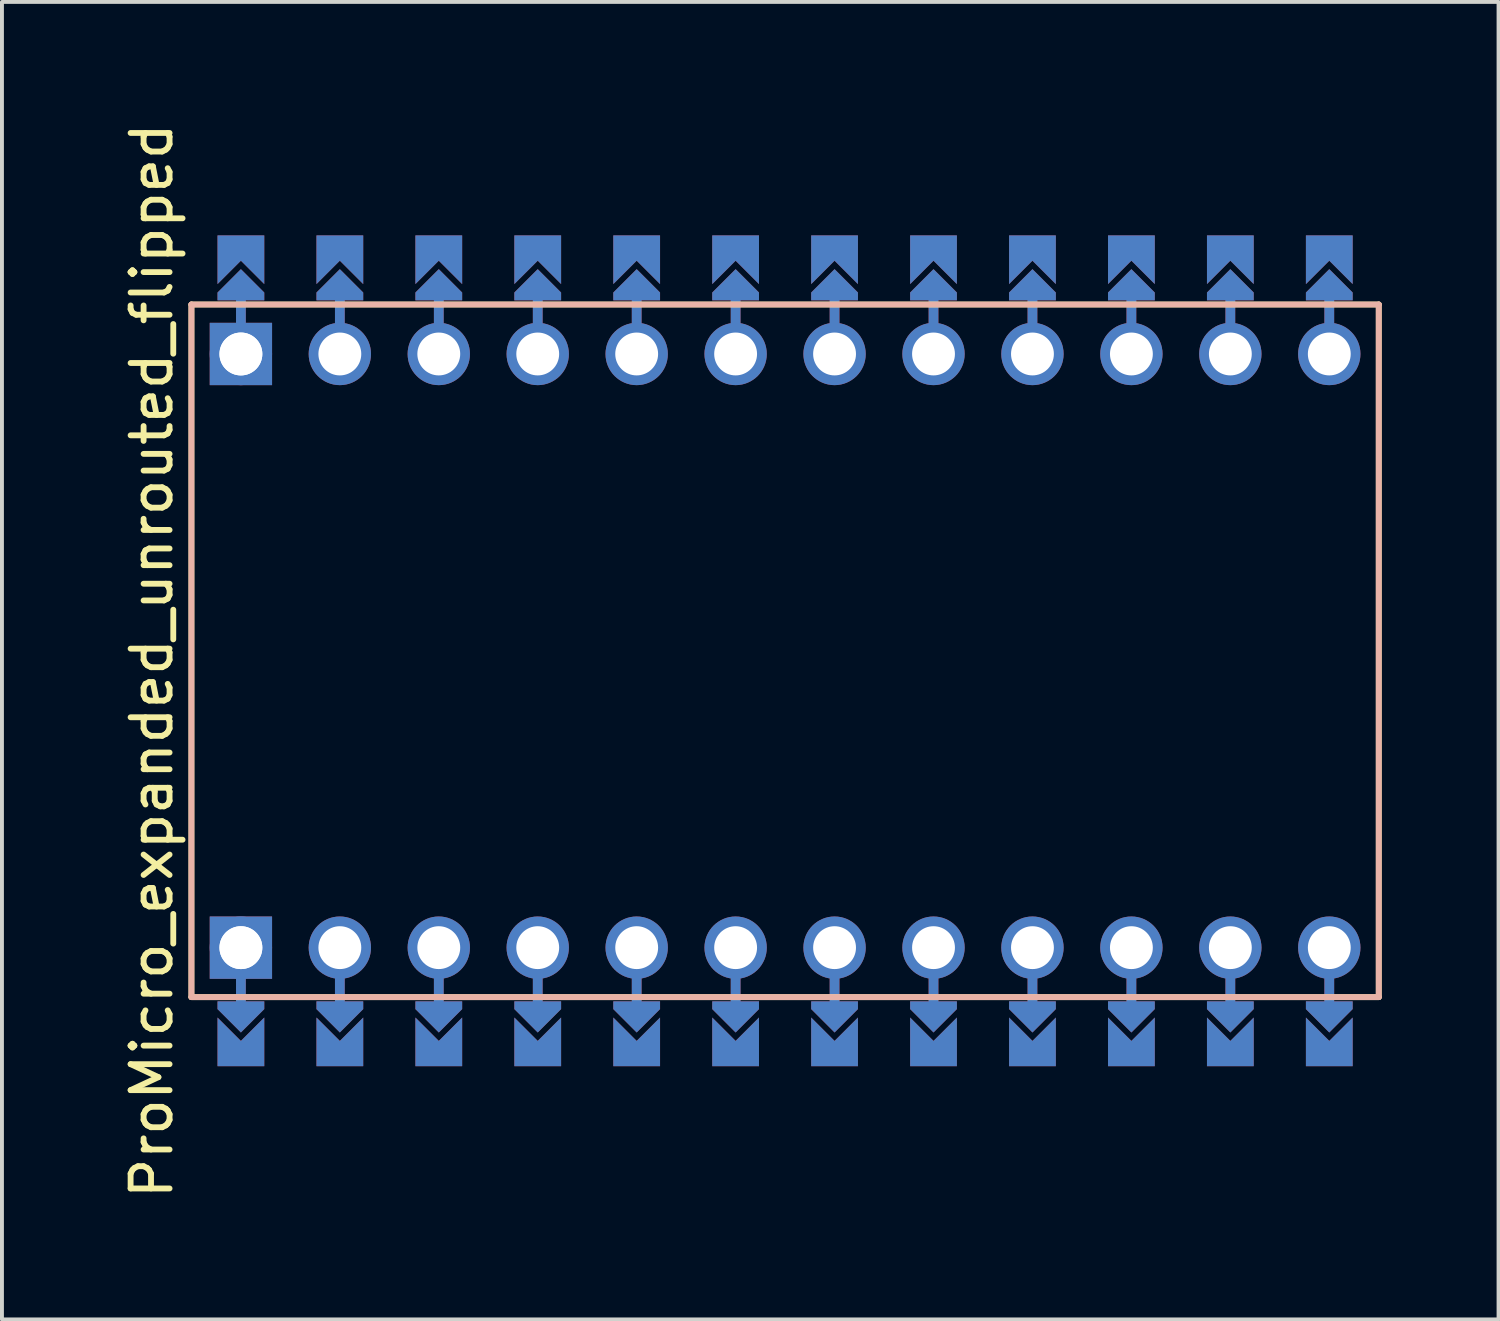
<source format=kicad_pcb>
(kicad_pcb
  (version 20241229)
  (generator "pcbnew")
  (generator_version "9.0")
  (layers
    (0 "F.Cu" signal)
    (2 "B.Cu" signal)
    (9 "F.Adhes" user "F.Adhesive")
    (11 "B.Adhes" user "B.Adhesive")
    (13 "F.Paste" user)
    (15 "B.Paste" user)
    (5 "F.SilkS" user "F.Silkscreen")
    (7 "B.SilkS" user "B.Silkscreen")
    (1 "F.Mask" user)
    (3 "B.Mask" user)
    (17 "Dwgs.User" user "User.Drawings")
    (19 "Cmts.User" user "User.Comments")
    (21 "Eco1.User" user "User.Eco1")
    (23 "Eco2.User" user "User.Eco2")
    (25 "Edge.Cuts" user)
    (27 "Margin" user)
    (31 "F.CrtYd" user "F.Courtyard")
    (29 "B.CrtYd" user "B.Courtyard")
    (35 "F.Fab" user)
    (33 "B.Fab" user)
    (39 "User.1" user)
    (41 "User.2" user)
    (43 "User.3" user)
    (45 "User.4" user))
  (footprint "ProMicro_expanded_unrouted_flipped"
    (layer "F.Cu")
    (at 17.104 13.657)
    (property "Reference" "ProMicro_expanded_unrouted_flipped" (at -16.256 0.254 90) (layer "F.SilkS") (effects (font (size 1 1) (thickness 0.15))))
    (attr through_hole)
    (fp_poly (pts (xy -14.478 10.16) (xy -13.462 10.16) (xy -13.462 9.144) (xy -14.478 9.144)) (stroke (width 0.1) (type solid)) (fill yes) (layer "F.Mask"))
    (fp_poly (pts (xy -13.462 -10.16) (xy -14.478 -10.16) (xy -14.478 -9.144) (xy -13.462 -9.144)) (stroke (width 0.1) (type solid)) (fill yes) (layer "F.Mask"))
    (fp_poly (pts (xy -11.938 10.16) (xy -10.922 10.16) (xy -10.922 9.144) (xy -11.938 9.144)) (stroke (width 0.1) (type solid)) (fill yes) (layer "F.Mask"))
    (fp_poly (pts (xy -10.922 -10.16) (xy -11.938 -10.16) (xy -11.938 -9.144) (xy -10.922 -9.144)) (stroke (width 0.1) (type solid)) (fill yes) (layer "F.Mask"))
    (fp_poly (pts (xy -9.398 10.16) (xy -8.382 10.16) (xy -8.382 9.144) (xy -9.398 9.144)) (stroke (width 0.1) (type solid)) (fill yes) (layer "F.Mask"))
    (fp_poly (pts (xy -8.382 -10.16) (xy -9.398 -10.16) (xy -9.398 -9.144) (xy -8.382 -9.144)) (stroke (width 0.1) (type solid)) (fill yes) (layer "F.Mask"))
    (fp_poly (pts (xy -6.858 10.16) (xy -5.842 10.16) (xy -5.842 9.144) (xy -6.858 9.144)) (stroke (width 0.1) (type solid)) (fill yes) (layer "F.Mask"))
    (fp_poly (pts (xy -5.842 -10.16) (xy -6.858 -10.16) (xy -6.858 -9.144) (xy -5.842 -9.144)) (stroke (width 0.1) (type solid)) (fill yes) (layer "F.Mask"))
    (fp_poly (pts (xy -4.318 10.16) (xy -3.302 10.16) (xy -3.302 9.144) (xy -4.318 9.144)) (stroke (width 0.1) (type solid)) (fill yes) (layer "F.Mask"))
    (fp_poly (pts (xy -3.302 -10.16) (xy -4.318 -10.16) (xy -4.318 -9.144) (xy -3.302 -9.144)) (stroke (width 0.1) (type solid)) (fill yes) (layer "F.Mask"))
    (fp_poly (pts (xy -1.778 10.16) (xy -0.762 10.16) (xy -0.762 9.144) (xy -1.778 9.144)) (stroke (width 0.1) (type solid)) (fill yes) (layer "F.Mask"))
    (fp_poly (pts (xy -0.762 -10.16) (xy -1.778 -10.16) (xy -1.778 -9.144) (xy -0.762 -9.144)) (stroke (width 0.1) (type solid)) (fill yes) (layer "F.Mask"))
    (fp_poly (pts (xy 0.762 10.16) (xy 1.778 10.16) (xy 1.778 9.144) (xy 0.762 9.144)) (stroke (width 0.1) (type solid)) (fill yes) (layer "F.Mask"))
    (fp_poly (pts (xy 1.778 -10.16) (xy 0.762 -10.16) (xy 0.762 -9.144) (xy 1.778 -9.144)) (stroke (width 0.1) (type solid)) (fill yes) (layer "F.Mask"))
    (fp_poly (pts (xy 3.302 10.16) (xy 4.318 10.16) (xy 4.318 9.144) (xy 3.302 9.144)) (stroke (width 0.1) (type solid)) (fill yes) (layer "F.Mask"))
    (fp_poly (pts (xy 4.318 -10.16) (xy 3.302 -10.16) (xy 3.302 -9.144) (xy 4.318 -9.144)) (stroke (width 0.1) (type solid)) (fill yes) (layer "F.Mask"))
    (fp_poly (pts (xy 5.842 10.16) (xy 6.858 10.16) (xy 6.858 9.144) (xy 5.842 9.144)) (stroke (width 0.1) (type solid)) (fill yes) (layer "F.Mask"))
    (fp_poly (pts (xy 6.858 -10.16) (xy 5.842 -10.16) (xy 5.842 -9.144) (xy 6.858 -9.144)) (stroke (width 0.1) (type solid)) (fill yes) (layer "F.Mask"))
    (fp_poly (pts (xy 8.382 10.16) (xy 9.398 10.16) (xy 9.398 9.144) (xy 8.382 9.144)) (stroke (width 0.1) (type solid)) (fill yes) (layer "F.Mask"))
    (fp_poly (pts (xy 9.398 -10.16) (xy 8.382 -10.16) (xy 8.382 -9.144) (xy 9.398 -9.144)) (stroke (width 0.1) (type solid)) (fill yes) (layer "F.Mask"))
    (fp_poly (pts (xy 10.922 10.16) (xy 11.938 10.16) (xy 11.938 9.144) (xy 10.922 9.144)) (stroke (width 0.1) (type solid)) (fill yes) (layer "F.Mask"))
    (fp_poly (pts (xy 11.938 -10.16) (xy 10.922 -10.16) (xy 10.922 -9.144) (xy 11.938 -9.144)) (stroke (width 0.1) (type solid)) (fill yes) (layer "F.Mask"))
    (fp_poly (pts (xy 13.462 10.16) (xy 14.478 10.16) (xy 14.478 9.144) (xy 13.462 9.144)) (stroke (width 0.1) (type solid)) (fill yes) (layer "F.Mask"))
    (fp_poly (pts (xy 14.478 -10.16) (xy 13.462 -10.16) (xy 13.462 -9.144) (xy 14.478 -9.144)) (stroke (width 0.1) (type solid)) (fill yes) (layer "F.Mask"))
    (fp_poly (pts (xy -14.478 10.16) (xy -13.462 10.16) (xy -13.462 9.144) (xy -14.478 9.144)) (stroke (width 0.1) (type solid)) (fill yes) (layer "B.Mask"))
    (fp_poly (pts (xy -13.462 -10.16) (xy -14.478 -10.16) (xy -14.478 -9.144) (xy -13.462 -9.144)) (stroke (width 0.1) (type solid)) (fill yes) (layer "B.Mask"))
    (fp_poly (pts (xy -11.938 10.16) (xy -10.922 10.16) (xy -10.922 9.144) (xy -11.938 9.144)) (stroke (width 0.1) (type solid)) (fill yes) (layer "B.Mask"))
    (fp_poly (pts (xy -10.922 -10.16) (xy -11.938 -10.16) (xy -11.938 -9.144) (xy -10.922 -9.144)) (stroke (width 0.1) (type solid)) (fill yes) (layer "B.Mask"))
    (fp_poly (pts (xy -9.398 10.16) (xy -8.382 10.16) (xy -8.382 9.144) (xy -9.398 9.144)) (stroke (width 0.1) (type solid)) (fill yes) (layer "B.Mask"))
    (fp_poly (pts (xy -8.382 -10.16) (xy -9.398 -10.16) (xy -9.398 -9.144) (xy -8.382 -9.144)) (stroke (width 0.1) (type solid)) (fill yes) (layer "B.Mask"))
    (fp_poly (pts (xy -6.858 10.16) (xy -5.842 10.16) (xy -5.842 9.144) (xy -6.858 9.144)) (stroke (width 0.1) (type solid)) (fill yes) (layer "B.Mask"))
    (fp_poly (pts (xy -5.842 -10.16) (xy -6.858 -10.16) (xy -6.858 -9.144) (xy -5.842 -9.144)) (stroke (width 0.1) (type solid)) (fill yes) (layer "B.Mask"))
    (fp_poly (pts (xy -4.318 10.16) (xy -3.302 10.16) (xy -3.302 9.144) (xy -4.318 9.144)) (stroke (width 0.1) (type solid)) (fill yes) (layer "B.Mask"))
    (fp_poly (pts (xy -3.302 -10.16) (xy -4.318 -10.16) (xy -4.318 -9.144) (xy -3.302 -9.144)) (stroke (width 0.1) (type solid)) (fill yes) (layer "B.Mask"))
    (fp_poly (pts (xy -1.778 10.16) (xy -0.762 10.16) (xy -0.762 9.144) (xy -1.778 9.144)) (stroke (width 0.1) (type solid)) (fill yes) (layer "B.Mask"))
    (fp_poly (pts (xy -0.762 -10.16) (xy -1.778 -10.16) (xy -1.778 -9.144) (xy -0.762 -9.144)) (stroke (width 0.1) (type solid)) (fill yes) (layer "B.Mask"))
    (fp_poly (pts (xy 0.762 10.16) (xy 1.778 10.16) (xy 1.778 9.144) (xy 0.762 9.144)) (stroke (width 0.1) (type solid)) (fill yes) (layer "B.Mask"))
    (fp_poly (pts (xy 1.778 -10.16) (xy 0.762 -10.16) (xy 0.762 -9.144) (xy 1.778 -9.144)) (stroke (width 0.1) (type solid)) (fill yes) (layer "B.Mask"))
    (fp_poly (pts (xy 3.302 10.16) (xy 4.318 10.16) (xy 4.318 9.144) (xy 3.302 9.144)) (stroke (width 0.1) (type solid)) (fill yes) (layer "B.Mask"))
    (fp_poly (pts (xy 4.318 -10.16) (xy 3.302 -10.16) (xy 3.302 -9.144) (xy 4.318 -9.144)) (stroke (width 0.1) (type solid)) (fill yes) (layer "B.Mask"))
    (fp_poly (pts (xy 5.842 10.16) (xy 6.858 10.16) (xy 6.858 9.144) (xy 5.842 9.144)) (stroke (width 0.1) (type solid)) (fill yes) (layer "B.Mask"))
    (fp_poly (pts (xy 6.858 -10.16) (xy 5.842 -10.16) (xy 5.842 -9.144) (xy 6.858 -9.144)) (stroke (width 0.1) (type solid)) (fill yes) (layer "B.Mask"))
    (fp_poly (pts (xy 8.382 10.16) (xy 9.398 10.16) (xy 9.398 9.144) (xy 8.382 9.144)) (stroke (width 0.1) (type solid)) (fill yes) (layer "B.Mask"))
    (fp_poly (pts (xy 9.398 -10.16) (xy 8.382 -10.16) (xy 8.382 -9.144) (xy 9.398 -9.144)) (stroke (width 0.1) (type solid)) (fill yes) (layer "B.Mask"))
    (fp_poly (pts (xy 10.922 10.16) (xy 11.938 10.16) (xy 11.938 9.144) (xy 10.922 9.144)) (stroke (width 0.1) (type solid)) (fill yes) (layer "B.Mask"))
    (fp_poly (pts (xy 11.938 -10.16) (xy 10.922 -10.16) (xy 10.922 -9.144) (xy 11.938 -9.144)) (stroke (width 0.1) (type solid)) (fill yes) (layer "B.Mask"))
    (fp_poly (pts (xy 13.462 10.16) (xy 14.478 10.16) (xy 14.478 9.144) (xy 13.462 9.144)) (stroke (width 0.1) (type solid)) (fill yes) (layer "B.Mask"))
    (fp_poly (pts (xy 14.478 -10.16) (xy 13.462 -10.16) (xy 13.462 -9.144) (xy 14.478 -9.144)) (stroke (width 0.1) (type solid)) (fill yes) (layer "B.Mask"))
    (fp_line (start -15.24 -8.89) (end -15.24 8.89) (stroke (width 0.15) (type solid)) (layer "F.SilkS"))
    (fp_line (start -15.24 -8.89) (end 15.24 -8.89) (stroke (width 0.15) (type solid)) (layer "F.SilkS"))
    (fp_line (start -15.24 8.89) (end 15.24 8.89) (stroke (width 0.15) (type solid)) (layer "F.SilkS"))
    (fp_line (start 15.24 8.89) (end 15.24 -8.89) (stroke (width 0.15) (type solid)) (layer "F.SilkS"))
    (fp_line (start -15.24 -8.89) (end -15.24 8.89) (stroke (width 0.15) (type solid)) (layer "B.SilkS"))
    (fp_line (start -15.24 -8.89) (end 15.24 -8.89) (stroke (width 0.15) (type solid)) (layer "B.SilkS"))
    (fp_line (start -15.24 8.89) (end 15.24 8.89) (stroke (width 0.15) (type solid)) (layer "B.SilkS"))
    (fp_line (start 15.24 8.89) (end 15.24 -8.89) (stroke (width 0.15) (type solid)) (layer "B.SilkS"))
    (pad "" smd custom (at -13.97 -9.398) (size 0.1 0.1) (layers "F.Cu" "F.Mask") (options (anchor rect)) (primitives (gr_poly (pts (xy 0.6 0.4) (xy -0.6 0.4) (xy -0.6 0.2) (xy 0 -0.4) (xy 0.6 0.2)) (width 0) (fill yes))))
    (pad "" smd custom (at -13.97 -9.398) (size 0.1 0.1) (layers "B.Cu" "B.Mask") (options (anchor rect)) (primitives (gr_poly (pts (xy 0.6 0.4) (xy -0.6 0.4) (xy -0.6 0.2) (xy 0 -0.4) (xy 0.6 0.2)) (width 0) (fill yes))))
    (pad "" smd custom (at -13.97 -8.89) (size 0.25 1) (layers "F.Cu") (options (anchor rect)) (primitives))
    (pad "" smd custom (at -13.97 -8.89) (size 0.25 1) (layers "B.Cu") (options (anchor rect)) (primitives))
    (pad "" thru_hole circle (at -13.97 -7.62) (size 1.6 1.6) (drill 1.1) (layers "*.Cu" "*.Mask"))
    (pad "" thru_hole rect (at -13.97 -7.62) (size 1.6 1.6) (drill 1.1) (layers "F.Cu" "F.Mask"))
    (pad "" thru_hole circle (at -13.97 7.62) (size 1.6 1.6) (drill 1.1) (layers "*.Cu" "*.Mask"))
    (pad "" thru_hole rect (at -13.97 7.62) (size 1.6 1.6) (drill 1.1) (layers "B.Cu" "B.Mask"))
    (pad "" smd custom (at -13.97 8.89 180) (size 0.25 1) (layers "F.Cu") (options (anchor rect)) (primitives))
    (pad "" smd custom (at -13.97 8.89 180) (size 0.25 1) (layers "B.Cu") (options (anchor rect)) (primitives))
    (pad "" smd custom (at -13.97 9.398 180) (size 0.1 0.1) (layers "F.Cu" "F.Mask") (options (anchor rect)) (primitives (gr_poly (pts (xy 0.6 0.4) (xy -0.6 0.4) (xy -0.6 0.2) (xy 0 -0.4) (xy 0.6 0.2)) (width 0) (fill yes))))
    (pad "" smd custom (at -13.97 9.398 180) (size 0.1 0.1) (layers "B.Cu" "B.Mask") (options (anchor rect)) (primitives (gr_poly (pts (xy 0.6 0.4) (xy -0.6 0.4) (xy -0.6 0.2) (xy 0 -0.4) (xy 0.6 0.2)) (width 0) (fill yes))))
    (pad "" smd custom (at -11.43 -9.398) (size 0.1 0.1) (layers "F.Cu" "F.Mask") (options (anchor rect)) (primitives (gr_poly (pts (xy 0.6 0.4) (xy -0.6 0.4) (xy -0.6 0.2) (xy 0 -0.4) (xy 0.6 0.2)) (width 0) (fill yes))))
    (pad "" smd custom (at -11.43 -9.398) (size 0.1 0.1) (layers "B.Cu" "B.Mask") (options (anchor rect)) (primitives (gr_poly (pts (xy 0.6 0.4) (xy -0.6 0.4) (xy -0.6 0.2) (xy 0 -0.4) (xy 0.6 0.2)) (width 0) (fill yes))))
    (pad "" smd custom (at -11.43 -8.89) (size 0.25 1) (layers "F.Cu") (options (anchor rect)) (primitives))
    (pad "" smd custom (at -11.43 -8.89) (size 0.25 1) (layers "B.Cu") (options (anchor rect)) (primitives))
    (pad "" thru_hole circle (at -11.43 -7.62) (size 1.6 1.6) (drill 1.1) (layers "*.Cu" "*.Mask"))
    (pad "" thru_hole circle (at -11.43 7.62) (size 1.6 1.6) (drill 1.1) (layers "*.Cu" "*.Mask"))
    (pad "" smd custom (at -11.43 8.89 180) (size 0.25 1) (layers "F.Cu") (options (anchor rect)) (primitives))
    (pad "" smd custom (at -11.43 8.89 180) (size 0.25 1) (layers "B.Cu") (options (anchor rect)) (primitives))
    (pad "" smd custom (at -11.43 9.398 180) (size 0.1 0.1) (layers "F.Cu" "F.Mask") (options (anchor rect)) (primitives (gr_poly (pts (xy 0.6 0.4) (xy -0.6 0.4) (xy -0.6 0.2) (xy 0 -0.4) (xy 0.6 0.2)) (width 0) (fill yes))))
    (pad "" smd custom (at -11.43 9.398 180) (size 0.1 0.1) (layers "B.Cu" "B.Mask") (options (anchor rect)) (primitives (gr_poly (pts (xy 0.6 0.4) (xy -0.6 0.4) (xy -0.6 0.2) (xy 0 -0.4) (xy 0.6 0.2)) (width 0) (fill yes))))
    (pad "" smd custom (at -8.89 -9.398) (size 0.1 0.1) (layers "F.Cu" "F.Mask") (options (anchor rect)) (primitives (gr_poly (pts (xy 0.6 0.4) (xy -0.6 0.4) (xy -0.6 0.2) (xy 0 -0.4) (xy 0.6 0.2)) (width 0) (fill yes))))
    (pad "" smd custom (at -8.89 -9.398) (size 0.1 0.1) (layers "B.Cu" "B.Mask") (options (anchor rect)) (primitives (gr_poly (pts (xy 0.6 0.4) (xy -0.6 0.4) (xy -0.6 0.2) (xy 0 -0.4) (xy 0.6 0.2)) (width 0) (fill yes))))
    (pad "" smd custom (at -8.89 -8.89) (size 0.25 1) (layers "F.Cu") (options (anchor rect)) (primitives))
    (pad "" smd custom (at -8.89 -8.89) (size 0.25 1) (layers "B.Cu") (options (anchor rect)) (primitives))
    (pad "" thru_hole circle (at -8.89 -7.62) (size 1.6 1.6) (drill 1.1) (layers "*.Cu" "*.Mask"))
    (pad "" thru_hole circle (at -8.89 7.62) (size 1.6 1.6) (drill 1.1) (layers "*.Cu" "*.Mask"))
    (pad "" smd custom (at -8.89 8.89 180) (size 0.25 1) (layers "F.Cu") (options (anchor rect)) (primitives))
    (pad "" smd custom (at -8.89 8.89 180) (size 0.25 1) (layers "B.Cu") (options (anchor rect)) (primitives))
    (pad "" smd custom (at -8.89 9.398 180) (size 0.1 0.1) (layers "F.Cu" "F.Mask") (options (anchor rect)) (primitives (gr_poly (pts (xy 0.6 0.4) (xy -0.6 0.4) (xy -0.6 0.2) (xy 0 -0.4) (xy 0.6 0.2)) (width 0) (fill yes))))
    (pad "" smd custom (at -8.89 9.398 180) (size 0.1 0.1) (layers "B.Cu" "B.Mask") (options (anchor rect)) (primitives (gr_poly (pts (xy 0.6 0.4) (xy -0.6 0.4) (xy -0.6 0.2) (xy 0 -0.4) (xy 0.6 0.2)) (width 0) (fill yes))))
    (pad "" smd custom (at -6.35 -9.398) (size 0.1 0.1) (layers "F.Cu" "F.Mask") (options (anchor rect)) (primitives (gr_poly (pts (xy 0.6 0.4) (xy -0.6 0.4) (xy -0.6 0.2) (xy 0 -0.4) (xy 0.6 0.2)) (width 0) (fill yes))))
    (pad "" smd custom (at -6.35 -9.398) (size 0.1 0.1) (layers "B.Cu" "B.Mask") (options (anchor rect)) (primitives (gr_poly (pts (xy 0.6 0.4) (xy -0.6 0.4) (xy -0.6 0.2) (xy 0 -0.4) (xy 0.6 0.2)) (width 0) (fill yes))))
    (pad "" smd custom (at -6.35 -8.89) (size 0.25 1) (layers "F.Cu") (options (anchor rect)) (primitives))
    (pad "" smd custom (at -6.35 -8.89) (size 0.25 1) (layers "B.Cu") (options (anchor rect)) (primitives))
    (pad "" thru_hole circle (at -6.35 -7.62) (size 1.6 1.6) (drill 1.1) (layers "*.Cu" "*.Mask"))
    (pad "" thru_hole circle (at -6.35 7.62) (size 1.6 1.6) (drill 1.1) (layers "*.Cu" "*.Mask"))
    (pad "" smd custom (at -6.35 8.89 180) (size 0.25 1) (layers "F.Cu") (options (anchor rect)) (primitives))
    (pad "" smd custom (at -6.35 8.89 180) (size 0.25 1) (layers "B.Cu") (options (anchor rect)) (primitives))
    (pad "" smd custom (at -6.35 9.398 180) (size 0.1 0.1) (layers "F.Cu" "F.Mask") (options (anchor rect)) (primitives (gr_poly (pts (xy 0.6 0.4) (xy -0.6 0.4) (xy -0.6 0.2) (xy 0 -0.4) (xy 0.6 0.2)) (width 0) (fill yes))))
    (pad "" smd custom (at -6.35 9.398 180) (size 0.1 0.1) (layers "B.Cu" "B.Mask") (options (anchor rect)) (primitives (gr_poly (pts (xy 0.6 0.4) (xy -0.6 0.4) (xy -0.6 0.2) (xy 0 -0.4) (xy 0.6 0.2)) (width 0) (fill yes))))
    (pad "" smd custom (at -3.81 -9.398) (size 0.1 0.1) (layers "F.Cu" "F.Mask") (options (anchor rect)) (primitives (gr_poly (pts (xy 0.6 0.4) (xy -0.6 0.4) (xy -0.6 0.2) (xy 0 -0.4) (xy 0.6 0.2)) (width 0) (fill yes))))
    (pad "" smd custom (at -3.81 -9.398) (size 0.1 0.1) (layers "B.Cu" "B.Mask") (options (anchor rect)) (primitives (gr_poly (pts (xy 0.6 0.4) (xy -0.6 0.4) (xy -0.6 0.2) (xy 0 -0.4) (xy 0.6 0.2)) (width 0) (fill yes))))
    (pad "" smd custom (at -3.81 -8.89) (size 0.25 1) (layers "F.Cu") (options (anchor rect)) (primitives))
    (pad "" smd custom (at -3.81 -8.89) (size 0.25 1) (layers "B.Cu") (options (anchor rect)) (primitives))
    (pad "" thru_hole circle (at -3.81 -7.62) (size 1.6 1.6) (drill 1.1) (layers "*.Cu" "*.Mask"))
    (pad "" thru_hole circle (at -3.81 7.62) (size 1.6 1.6) (drill 1.1) (layers "*.Cu" "*.Mask"))
    (pad "" smd custom (at -3.81 8.89 180) (size 0.25 1) (layers "F.Cu") (options (anchor rect)) (primitives))
    (pad "" smd custom (at -3.81 8.89 180) (size 0.25 1) (layers "B.Cu") (options (anchor rect)) (primitives))
    (pad "" smd custom (at -3.81 9.398 180) (size 0.1 0.1) (layers "F.Cu" "F.Mask") (options (anchor rect)) (primitives (gr_poly (pts (xy 0.6 0.4) (xy -0.6 0.4) (xy -0.6 0.2) (xy 0 -0.4) (xy 0.6 0.2)) (width 0) (fill yes))))
    (pad "" smd custom (at -3.81 9.398 180) (size 0.1 0.1) (layers "B.Cu" "B.Mask") (options (anchor rect)) (primitives (gr_poly (pts (xy 0.6 0.4) (xy -0.6 0.4) (xy -0.6 0.2) (xy 0 -0.4) (xy 0.6 0.2)) (width 0) (fill yes))))
    (pad "" smd custom (at -1.27 -9.398) (size 0.1 0.1) (layers "F.Cu" "F.Mask") (options (anchor rect)) (primitives (gr_poly (pts (xy 0.6 0.4) (xy -0.6 0.4) (xy -0.6 0.2) (xy 0 -0.4) (xy 0.6 0.2)) (width 0) (fill yes))))
    (pad "" smd custom (at -1.27 -9.398) (size 0.1 0.1) (layers "B.Cu" "B.Mask") (options (anchor rect)) (primitives (gr_poly (pts (xy 0.6 0.4) (xy -0.6 0.4) (xy -0.6 0.2) (xy 0 -0.4) (xy 0.6 0.2)) (width 0) (fill yes))))
    (pad "" smd custom (at -1.27 -8.89) (size 0.25 1) (layers "F.Cu") (options (anchor rect)) (primitives))
    (pad "" smd custom (at -1.27 -8.89) (size 0.25 1) (layers "B.Cu") (options (anchor rect)) (primitives))
    (pad "" thru_hole circle (at -1.27 -7.62) (size 1.6 1.6) (drill 1.1) (layers "*.Cu" "*.Mask"))
    (pad "" thru_hole circle (at -1.27 7.62) (size 1.6 1.6) (drill 1.1) (layers "*.Cu" "*.Mask"))
    (pad "" smd custom (at -1.27 8.89 180) (size 0.25 1) (layers "F.Cu") (options (anchor rect)) (primitives))
    (pad "" smd custom (at -1.27 8.89 180) (size 0.25 1) (layers "B.Cu") (options (anchor rect)) (primitives))
    (pad "" smd custom (at -1.27 9.398 180) (size 0.1 0.1) (layers "F.Cu" "F.Mask") (options (anchor rect)) (primitives (gr_poly (pts (xy 0.6 0.4) (xy -0.6 0.4) (xy -0.6 0.2) (xy 0 -0.4) (xy 0.6 0.2)) (width 0) (fill yes))))
    (pad "" smd custom (at -1.27 9.398 180) (size 0.1 0.1) (layers "B.Cu" "B.Mask") (options (anchor rect)) (primitives (gr_poly (pts (xy 0.6 0.4) (xy -0.6 0.4) (xy -0.6 0.2) (xy 0 -0.4) (xy 0.6 0.2)) (width 0) (fill yes))))
    (pad "" smd custom (at 1.27 -9.398) (size 0.1 0.1) (layers "F.Cu" "F.Mask") (options (anchor rect)) (primitives (gr_poly (pts (xy 0.6 0.4) (xy -0.6 0.4) (xy -0.6 0.2) (xy 0 -0.4) (xy 0.6 0.2)) (width 0) (fill yes))))
    (pad "" smd custom (at 1.27 -9.398) (size 0.1 0.1) (layers "B.Cu" "B.Mask") (options (anchor rect)) (primitives (gr_poly (pts (xy 0.6 0.4) (xy -0.6 0.4) (xy -0.6 0.2) (xy 0 -0.4) (xy 0.6 0.2)) (width 0) (fill yes))))
    (pad "" smd custom (at 1.27 -8.89) (size 0.25 1) (layers "F.Cu") (options (anchor rect)) (primitives))
    (pad "" smd custom (at 1.27 -8.89) (size 0.25 1) (layers "B.Cu") (options (anchor rect)) (primitives))
    (pad "" thru_hole circle (at 1.27 -7.62) (size 1.6 1.6) (drill 1.1) (layers "*.Cu" "*.Mask"))
    (pad "" thru_hole circle (at 1.27 7.62) (size 1.6 1.6) (drill 1.1) (layers "*.Cu" "*.Mask"))
    (pad "" smd custom (at 1.27 8.89 180) (size 0.25 1) (layers "F.Cu") (options (anchor rect)) (primitives))
    (pad "" smd custom (at 1.27 8.89 180) (size 0.25 1) (layers "B.Cu") (options (anchor rect)) (primitives))
    (pad "" smd custom (at 1.27 9.398 180) (size 0.1 0.1) (layers "F.Cu" "F.Mask") (options (anchor rect)) (primitives (gr_poly (pts (xy 0.6 0.4) (xy -0.6 0.4) (xy -0.6 0.2) (xy 0 -0.4) (xy 0.6 0.2)) (width 0) (fill yes))))
    (pad "" smd custom (at 1.27 9.398 180) (size 0.1 0.1) (layers "B.Cu" "B.Mask") (options (anchor rect)) (primitives (gr_poly (pts (xy 0.6 0.4) (xy -0.6 0.4) (xy -0.6 0.2) (xy 0 -0.4) (xy 0.6 0.2)) (width 0) (fill yes))))
    (pad "" smd custom (at 3.81 -9.398) (size 0.1 0.1) (layers "F.Cu" "F.Mask") (options (anchor rect)) (primitives (gr_poly (pts (xy 0.6 0.4) (xy -0.6 0.4) (xy -0.6 0.2) (xy 0 -0.4) (xy 0.6 0.2)) (width 0) (fill yes))))
    (pad "" smd custom (at 3.81 -9.398) (size 0.1 0.1) (layers "B.Cu" "B.Mask") (options (anchor rect)) (primitives (gr_poly (pts (xy 0.6 0.4) (xy -0.6 0.4) (xy -0.6 0.2) (xy 0 -0.4) (xy 0.6 0.2)) (width 0) (fill yes))))
    (pad "" smd custom (at 3.81 -8.89) (size 0.25 1) (layers "F.Cu") (options (anchor rect)) (primitives))
    (pad "" smd custom (at 3.81 -8.89) (size 0.25 1) (layers "B.Cu") (options (anchor rect)) (primitives))
    (pad "" thru_hole circle (at 3.81 -7.62) (size 1.6 1.6) (drill 1.1) (layers "*.Cu" "*.Mask"))
    (pad "" thru_hole circle (at 3.81 7.62) (size 1.6 1.6) (drill 1.1) (layers "*.Cu" "*.Mask"))
    (pad "" smd custom (at 3.81 8.89 180) (size 0.25 1) (layers "F.Cu") (options (anchor rect)) (primitives))
    (pad "" smd custom (at 3.81 8.89 180) (size 0.25 1) (layers "B.Cu") (options (anchor rect)) (primitives))
    (pad "" smd custom (at 3.81 9.398 180) (size 0.1 0.1) (layers "F.Cu" "F.Mask") (options (anchor rect)) (primitives (gr_poly (pts (xy 0.6 0.4) (xy -0.6 0.4) (xy -0.6 0.2) (xy 0 -0.4) (xy 0.6 0.2)) (width 0) (fill yes))))
    (pad "" smd custom (at 3.81 9.398 180) (size 0.1 0.1) (layers "B.Cu" "B.Mask") (options (anchor rect)) (primitives (gr_poly (pts (xy 0.6 0.4) (xy -0.6 0.4) (xy -0.6 0.2) (xy 0 -0.4) (xy 0.6 0.2)) (width 0) (fill yes))))
    (pad "" smd custom (at 6.35 -9.398) (size 0.1 0.1) (layers "F.Cu" "F.Mask") (options (anchor rect)) (primitives (gr_poly (pts (xy 0.6 0.4) (xy -0.6 0.4) (xy -0.6 0.2) (xy 0 -0.4) (xy 0.6 0.2)) (width 0) (fill yes))))
    (pad "" smd custom (at 6.35 -9.398) (size 0.1 0.1) (layers "B.Cu" "B.Mask") (options (anchor rect)) (primitives (gr_poly (pts (xy 0.6 0.4) (xy -0.6 0.4) (xy -0.6 0.2) (xy 0 -0.4) (xy 0.6 0.2)) (width 0) (fill yes))))
    (pad "" smd custom (at 6.35 -8.89) (size 0.25 1) (layers "F.Cu") (options (anchor rect)) (primitives))
    (pad "" smd custom (at 6.35 -8.89) (size 0.25 1) (layers "B.Cu") (options (anchor rect)) (primitives))
    (pad "" thru_hole circle (at 6.35 -7.62) (size 1.6 1.6) (drill 1.1) (layers "*.Cu" "*.Mask"))
    (pad "" thru_hole circle (at 6.35 7.62) (size 1.6 1.6) (drill 1.1) (layers "*.Cu" "*.Mask"))
    (pad "" smd custom (at 6.35 8.89 180) (size 0.25 1) (layers "F.Cu") (options (anchor rect)) (primitives))
    (pad "" smd custom (at 6.35 8.89 180) (size 0.25 1) (layers "B.Cu") (options (anchor rect)) (primitives))
    (pad "" smd custom (at 6.35 9.398 180) (size 0.1 0.1) (layers "F.Cu" "F.Mask") (options (anchor rect)) (primitives (gr_poly (pts (xy 0.6 0.4) (xy -0.6 0.4) (xy -0.6 0.2) (xy 0 -0.4) (xy 0.6 0.2)) (width 0) (fill yes))))
    (pad "" smd custom (at 6.35 9.398 180) (size 0.1 0.1) (layers "B.Cu" "B.Mask") (options (anchor rect)) (primitives (gr_poly (pts (xy 0.6 0.4) (xy -0.6 0.4) (xy -0.6 0.2) (xy 0 -0.4) (xy 0.6 0.2)) (width 0) (fill yes))))
    (pad "" smd custom (at 8.89 -9.398) (size 0.1 0.1) (layers "F.Cu" "F.Mask") (options (anchor rect)) (primitives (gr_poly (pts (xy 0.6 0.4) (xy -0.6 0.4) (xy -0.6 0.2) (xy 0 -0.4) (xy 0.6 0.2)) (width 0) (fill yes))))
    (pad "" smd custom (at 8.89 -9.398) (size 0.1 0.1) (layers "B.Cu" "B.Mask") (options (anchor rect)) (primitives (gr_poly (pts (xy 0.6 0.4) (xy -0.6 0.4) (xy -0.6 0.2) (xy 0 -0.4) (xy 0.6 0.2)) (width 0) (fill yes))))
    (pad "" smd custom (at 8.89 -8.89) (size 0.25 1) (layers "F.Cu") (options (anchor rect)) (primitives))
    (pad "" smd custom (at 8.89 -8.89) (size 0.25 1) (layers "B.Cu") (options (anchor rect)) (primitives))
    (pad "" thru_hole circle (at 8.89 -7.62) (size 1.6 1.6) (drill 1.1) (layers "*.Cu" "*.Mask"))
    (pad "" thru_hole circle (at 8.89 7.62) (size 1.6 1.6) (drill 1.1) (layers "*.Cu" "*.Mask"))
    (pad "" smd custom (at 8.89 8.89 180) (size 0.25 1) (layers "F.Cu") (options (anchor rect)) (primitives))
    (pad "" smd custom (at 8.89 8.89 180) (size 0.25 1) (layers "B.Cu") (options (anchor rect)) (primitives))
    (pad "" smd custom (at 8.89 9.398 180) (size 0.1 0.1) (layers "F.Cu" "F.Mask") (options (anchor rect)) (primitives (gr_poly (pts (xy 0.6 0.4) (xy -0.6 0.4) (xy -0.6 0.2) (xy 0 -0.4) (xy 0.6 0.2)) (width 0) (fill yes))))
    (pad "" smd custom (at 8.89 9.398 180) (size 0.1 0.1) (layers "B.Cu" "B.Mask") (options (anchor rect)) (primitives (gr_poly (pts (xy 0.6 0.4) (xy -0.6 0.4) (xy -0.6 0.2) (xy 0 -0.4) (xy 0.6 0.2)) (width 0) (fill yes))))
    (pad "" smd custom (at 11.43 -9.398) (size 0.1 0.1) (layers "F.Cu" "F.Mask") (options (anchor rect)) (primitives (gr_poly (pts (xy 0.6 0.4) (xy -0.6 0.4) (xy -0.6 0.2) (xy 0 -0.4) (xy 0.6 0.2)) (width 0) (fill yes))))
    (pad "" smd custom (at 11.43 -9.398) (size 0.1 0.1) (layers "B.Cu" "B.Mask") (options (anchor rect)) (primitives (gr_poly (pts (xy 0.6 0.4) (xy -0.6 0.4) (xy -0.6 0.2) (xy 0 -0.4) (xy 0.6 0.2)) (width 0) (fill yes))))
    (pad "" smd custom (at 11.43 -8.89) (size 0.25 1) (layers "F.Cu") (options (anchor rect)) (primitives))
    (pad "" smd custom (at 11.43 -8.89) (size 0.25 1) (layers "B.Cu") (options (anchor rect)) (primitives))
    (pad "" thru_hole circle (at 11.43 -7.62) (size 1.6 1.6) (drill 1.1) (layers "*.Cu" "*.Mask"))
    (pad "" thru_hole circle (at 11.43 7.62) (size 1.6 1.6) (drill 1.1) (layers "*.Cu" "*.Mask"))
    (pad "" smd custom (at 11.43 8.89 180) (size 0.25 1) (layers "F.Cu") (options (anchor rect)) (primitives))
    (pad "" smd custom (at 11.43 8.89 180) (size 0.25 1) (layers "B.Cu") (options (anchor rect)) (primitives))
    (pad "" smd custom (at 11.43 9.398 180) (size 0.1 0.1) (layers "F.Cu" "F.Mask") (options (anchor rect)) (primitives (gr_poly (pts (xy 0.6 0.4) (xy -0.6 0.4) (xy -0.6 0.2) (xy 0 -0.4) (xy 0.6 0.2)) (width 0) (fill yes))))
    (pad "" smd custom (at 11.43 9.398 180) (size 0.1 0.1) (layers "B.Cu" "B.Mask") (options (anchor rect)) (primitives (gr_poly (pts (xy 0.6 0.4) (xy -0.6 0.4) (xy -0.6 0.2) (xy 0 -0.4) (xy 0.6 0.2)) (width 0) (fill yes))))
    (pad "" smd custom (at 13.97 -9.398) (size 0.1 0.1) (layers "F.Cu" "F.Mask") (options (anchor rect)) (primitives (gr_poly (pts (xy 0.6 0.4) (xy -0.6 0.4) (xy -0.6 0.2) (xy 0 -0.4) (xy 0.6 0.2)) (width 0) (fill yes))))
    (pad "" smd custom (at 13.97 -9.398) (size 0.1 0.1) (layers "B.Cu" "B.Mask") (options (anchor rect)) (primitives (gr_poly (pts (xy 0.6 0.4) (xy -0.6 0.4) (xy -0.6 0.2) (xy 0 -0.4) (xy 0.6 0.2)) (width 0) (fill yes))))
    (pad "" smd custom (at 13.97 -8.89) (size 0.25 1) (layers "F.Cu") (options (anchor rect)) (primitives))
    (pad "" smd custom (at 13.97 -8.89) (size 0.25 1) (layers "B.Cu") (options (anchor rect)) (primitives))
    (pad "" thru_hole circle (at 13.97 -7.62) (size 1.6 1.6) (drill 1.1) (layers "*.Cu" "*.Mask"))
    (pad "" thru_hole circle (at 13.97 7.62) (size 1.6 1.6) (drill 1.1) (layers "*.Cu" "*.Mask"))
    (pad "" smd custom (at 13.97 8.89 180) (size 0.25 1) (layers "F.Cu") (options (anchor rect)) (primitives))
    (pad "" smd custom (at 13.97 8.89 180) (size 0.25 1) (layers "B.Cu") (options (anchor rect)) (primitives))
    (pad "" smd custom (at 13.97 9.398 180) (size 0.1 0.1) (layers "F.Cu" "F.Mask") (options (anchor rect)) (primitives (gr_poly (pts (xy 0.6 0.4) (xy -0.6 0.4) (xy -0.6 0.2) (xy 0 -0.4) (xy 0.6 0.2)) (width 0) (fill yes))))
    (pad "" smd custom (at 13.97 9.398 180) (size 0.1 0.1) (layers "B.Cu" "B.Mask") (options (anchor rect)) (primitives (gr_poly (pts (xy 0.6 0.4) (xy -0.6 0.4) (xy -0.6 0.2) (xy 0 -0.4) (xy 0.6 0.2)) (width 0) (fill yes))))
    (pad "1" smd custom (at -13.97 -10.414) (size 1.2 0.5) (layers "B.Cu" "B.Mask") (options (anchor rect)) (primitives (gr_poly (pts (xy 0.6 0) (xy -0.6 0) (xy -0.6 1) (xy 0 0.4) (xy 0.6 1)) (width 0) (fill yes))))
    (pad "1" smd custom (at -13.97 10.414 180) (size 1.2 0.5) (layers "F.Cu" "F.Mask") (options (anchor rect)) (primitives (gr_poly (pts (xy 0.6 0) (xy -0.6 0) (xy -0.6 1) (xy 0 0.4) (xy 0.6 1)) (width 0) (fill yes))))
    (pad "2" smd custom (at -11.43 -10.414) (size 1.2 0.5) (layers "B.Cu" "B.Mask") (options (anchor rect)) (primitives (gr_poly (pts (xy 0.6 0) (xy -0.6 0) (xy -0.6 1) (xy 0 0.4) (xy 0.6 1)) (width 0) (fill yes))))
    (pad "2" smd custom (at -11.43 10.414 180) (size 1.2 0.5) (layers "F.Cu" "F.Mask") (options (anchor rect)) (primitives (gr_poly (pts (xy 0.6 0) (xy -0.6 0) (xy -0.6 1) (xy 0 0.4) (xy 0.6 1)) (width 0) (fill yes))))
    (pad "3" smd custom (at -8.89 -10.414) (size 1.2 0.5) (layers "B.Cu" "B.Mask") (options (anchor rect)) (primitives (gr_poly (pts (xy 0.6 0) (xy -0.6 0) (xy -0.6 1) (xy 0 0.4) (xy 0.6 1)) (width 0) (fill yes))))
    (pad "3" smd custom (at -8.89 10.414 180) (size 1.2 0.5) (layers "F.Cu" "F.Mask") (options (anchor rect)) (primitives (gr_poly (pts (xy 0.6 0) (xy -0.6 0) (xy -0.6 1) (xy 0 0.4) (xy 0.6 1)) (width 0) (fill yes))))
    (pad "4" smd custom (at -6.35 -10.414) (size 1.2 0.5) (layers "B.Cu" "B.Mask") (options (anchor rect)) (primitives (gr_poly (pts (xy 0.6 0) (xy -0.6 0) (xy -0.6 1) (xy 0 0.4) (xy 0.6 1)) (width 0) (fill yes))))
    (pad "4" smd custom (at -6.35 10.414 180) (size 1.2 0.5) (layers "F.Cu" "F.Mask") (options (anchor rect)) (primitives (gr_poly (pts (xy 0.6 0) (xy -0.6 0) (xy -0.6 1) (xy 0 0.4) (xy 0.6 1)) (width 0) (fill yes))))
    (pad "5" smd custom (at -3.81 -10.414) (size 1.2 0.5) (layers "B.Cu" "B.Mask") (options (anchor rect)) (primitives (gr_poly (pts (xy 0.6 0) (xy -0.6 0) (xy -0.6 1) (xy 0 0.4) (xy 0.6 1)) (width 0) (fill yes))))
    (pad "5" smd custom (at -3.81 10.414 180) (size 1.2 0.5) (layers "F.Cu" "F.Mask") (options (anchor rect)) (primitives (gr_poly (pts (xy 0.6 0) (xy -0.6 0) (xy -0.6 1) (xy 0 0.4) (xy 0.6 1)) (width 0) (fill yes))))
    (pad "6" smd custom (at -1.27 -10.414) (size 1.2 0.5) (layers "B.Cu" "B.Mask") (options (anchor rect)) (primitives (gr_poly (pts (xy 0.6 0) (xy -0.6 0) (xy -0.6 1) (xy 0 0.4) (xy 0.6 1)) (width 0) (fill yes))))
    (pad "6" smd custom (at -1.27 10.414 180) (size 1.2 0.5) (layers "F.Cu" "F.Mask") (options (anchor rect)) (primitives (gr_poly (pts (xy 0.6 0) (xy -0.6 0) (xy -0.6 1) (xy 0 0.4) (xy 0.6 1)) (width 0) (fill yes))))
    (pad "7" smd custom (at 1.27 -10.414) (size 1.2 0.5) (layers "B.Cu" "B.Mask") (options (anchor rect)) (primitives (gr_poly (pts (xy 0.6 0) (xy -0.6 0) (xy -0.6 1) (xy 0 0.4) (xy 0.6 1)) (width 0) (fill yes))))
    (pad "7" smd custom (at 1.27 10.414 180) (size 1.2 0.5) (layers "F.Cu" "F.Mask") (options (anchor rect)) (primitives (gr_poly (pts (xy 0.6 0) (xy -0.6 0) (xy -0.6 1) (xy 0 0.4) (xy 0.6 1)) (width 0) (fill yes))))
    (pad "8" smd custom (at 3.81 -10.414) (size 1.2 0.5) (layers "B.Cu" "B.Mask") (options (anchor rect)) (primitives (gr_poly (pts (xy 0.6 0) (xy -0.6 0) (xy -0.6 1) (xy 0 0.4) (xy 0.6 1)) (width 0) (fill yes))))
    (pad "8" smd custom (at 3.81 10.414 180) (size 1.2 0.5) (layers "F.Cu" "F.Mask") (options (anchor rect)) (primitives (gr_poly (pts (xy 0.6 0) (xy -0.6 0) (xy -0.6 1) (xy 0 0.4) (xy 0.6 1)) (width 0) (fill yes))))
    (pad "9" smd custom (at 6.35 -10.414) (size 1.2 0.5) (layers "B.Cu" "B.Mask") (options (anchor rect)) (primitives (gr_poly (pts (xy 0.6 0) (xy -0.6 0) (xy -0.6 1) (xy 0 0.4) (xy 0.6 1)) (width 0) (fill yes))))
    (pad "9" smd custom (at 6.35 10.414 180) (size 1.2 0.5) (layers "F.Cu" "F.Mask") (options (anchor rect)) (primitives (gr_poly (pts (xy 0.6 0) (xy -0.6 0) (xy -0.6 1) (xy 0 0.4) (xy 0.6 1)) (width 0) (fill yes))))
    (pad "10" smd custom (at 8.89 -10.414) (size 1.2 0.5) (layers "B.Cu" "B.Mask") (options (anchor rect)) (primitives (gr_poly (pts (xy 0.6 0) (xy -0.6 0) (xy -0.6 1) (xy 0 0.4) (xy 0.6 1)) (width 0) (fill yes))))
    (pad "10" smd custom (at 8.89 10.414 180) (size 1.2 0.5) (layers "F.Cu" "F.Mask") (options (anchor rect)) (primitives (gr_poly (pts (xy 0.6 0) (xy -0.6 0) (xy -0.6 1) (xy 0 0.4) (xy 0.6 1)) (width 0) (fill yes))))
    (pad "11" smd custom (at 11.43 -10.414) (size 1.2 0.5) (layers "B.Cu" "B.Mask") (options (anchor rect)) (primitives (gr_poly (pts (xy 0.6 0) (xy -0.6 0) (xy -0.6 1) (xy 0 0.4) (xy 0.6 1)) (width 0) (fill yes))))
    (pad "11" smd custom (at 11.43 10.414 180) (size 1.2 0.5) (layers "F.Cu" "F.Mask") (options (anchor rect)) (primitives (gr_poly (pts (xy 0.6 0) (xy -0.6 0) (xy -0.6 1) (xy 0 0.4) (xy 0.6 1)) (width 0) (fill yes))))
    (pad "12" smd custom (at 13.97 -10.414) (size 1.2 0.5) (layers "B.Cu" "B.Mask") (options (anchor rect)) (primitives (gr_poly (pts (xy 0.6 0) (xy -0.6 0) (xy -0.6 1) (xy 0 0.4) (xy 0.6 1)) (width 0) (fill yes))))
    (pad "12" smd custom (at 13.97 10.414 180) (size 1.2 0.5) (layers "F.Cu" "F.Mask") (options (anchor rect)) (primitives (gr_poly (pts (xy 0.6 0) (xy -0.6 0) (xy -0.6 1) (xy 0 0.4) (xy 0.6 1)) (width 0) (fill yes))))
    (pad "13" smd custom (at 13.97 -10.414) (size 1.2 0.5) (layers "F.Cu" "F.Mask") (options (anchor rect)) (primitives (gr_poly (pts (xy 0.6 0) (xy -0.6 0) (xy -0.6 1) (xy 0 0.4) (xy 0.6 1)) (width 0) (fill yes))))
    (pad "13" smd custom (at 13.97 10.414 180) (size 1.2 0.5) (layers "B.Cu" "B.Mask") (options (anchor rect)) (primitives (gr_poly (pts (xy 0.6 0) (xy -0.6 0) (xy -0.6 1) (xy 0 0.4) (xy 0.6 1)) (width 0) (fill yes))))
    (pad "14" smd custom (at 11.43 -10.414) (size 1.2 0.5) (layers "F.Cu" "F.Mask") (options (anchor rect)) (primitives (gr_poly (pts (xy 0.6 0) (xy -0.6 0) (xy -0.6 1) (xy 0 0.4) (xy 0.6 1)) (width 0) (fill yes))))
    (pad "14" smd custom (at 11.43 10.414 180) (size 1.2 0.5) (layers "B.Cu" "B.Mask") (options (anchor rect)) (primitives (gr_poly (pts (xy 0.6 0) (xy -0.6 0) (xy -0.6 1) (xy 0 0.4) (xy 0.6 1)) (width 0) (fill yes))))
    (pad "15" smd custom (at 8.89 -10.414) (size 1.2 0.5) (layers "F.Cu" "F.Mask") (options (anchor rect)) (primitives (gr_poly (pts (xy 0.6 0) (xy -0.6 0) (xy -0.6 1) (xy 0 0.4) (xy 0.6 1)) (width 0) (fill yes))))
    (pad "15" smd custom (at 8.89 10.414 180) (size 1.2 0.5) (layers "B.Cu" "B.Mask") (options (anchor rect)) (primitives (gr_poly (pts (xy 0.6 0) (xy -0.6 0) (xy -0.6 1) (xy 0 0.4) (xy 0.6 1)) (width 0) (fill yes))))
    (pad "16" smd custom (at 6.35 -10.414) (size 1.2 0.5) (layers "F.Cu" "F.Mask") (options (anchor rect)) (primitives (gr_poly (pts (xy 0.6 0) (xy -0.6 0) (xy -0.6 1) (xy 0 0.4) (xy 0.6 1)) (width 0) (fill yes))))
    (pad "16" smd custom (at 6.35 10.414 180) (size 1.2 0.5) (layers "B.Cu" "B.Mask") (options (anchor rect)) (primitives (gr_poly (pts (xy 0.6 0) (xy -0.6 0) (xy -0.6 1) (xy 0 0.4) (xy 0.6 1)) (width 0) (fill yes))))
    (pad "17" smd custom (at 3.81 -10.414) (size 1.2 0.5) (layers "F.Cu" "F.Mask") (options (anchor rect)) (primitives (gr_poly (pts (xy 0.6 0) (xy -0.6 0) (xy -0.6 1) (xy 0 0.4) (xy 0.6 1)) (width 0) (fill yes))))
    (pad "17" smd custom (at 3.81 10.414 180) (size 1.2 0.5) (layers "B.Cu" "B.Mask") (options (anchor rect)) (primitives (gr_poly (pts (xy 0.6 0) (xy -0.6 0) (xy -0.6 1) (xy 0 0.4) (xy 0.6 1)) (width 0) (fill yes))))
    (pad "18" smd custom (at 1.27 -10.414) (size 1.2 0.5) (layers "F.Cu" "F.Mask") (options (anchor rect)) (primitives (gr_poly (pts (xy 0.6 0) (xy -0.6 0) (xy -0.6 1) (xy 0 0.4) (xy 0.6 1)) (width 0) (fill yes))))
    (pad "18" smd custom (at 1.27 10.414 180) (size 1.2 0.5) (layers "B.Cu" "B.Mask") (options (anchor rect)) (primitives (gr_poly (pts (xy 0.6 0) (xy -0.6 0) (xy -0.6 1) (xy 0 0.4) (xy 0.6 1)) (width 0) (fill yes))))
    (pad "19" smd custom (at -1.27 -10.414) (size 1.2 0.5) (layers "F.Cu" "F.Mask") (options (anchor rect)) (primitives (gr_poly (pts (xy 0.6 0) (xy -0.6 0) (xy -0.6 1) (xy 0 0.4) (xy 0.6 1)) (width 0) (fill yes))))
    (pad "19" smd custom (at -1.27 10.414 180) (size 1.2 0.5) (layers "B.Cu" "B.Mask") (options (anchor rect)) (primitives (gr_poly (pts (xy 0.6 0) (xy -0.6 0) (xy -0.6 1) (xy 0 0.4) (xy 0.6 1)) (width 0) (fill yes))))
    (pad "20" smd custom (at -3.81 -10.414) (size 1.2 0.5) (layers "F.Cu" "F.Mask") (options (anchor rect)) (primitives (gr_poly (pts (xy 0.6 0) (xy -0.6 0) (xy -0.6 1) (xy 0 0.4) (xy 0.6 1)) (width 0) (fill yes))))
    (pad "20" smd custom (at -3.81 10.414 180) (size 1.2 0.5) (layers "B.Cu" "B.Mask") (options (anchor rect)) (primitives (gr_poly (pts (xy 0.6 0) (xy -0.6 0) (xy -0.6 1) (xy 0 0.4) (xy 0.6 1)) (width 0) (fill yes))))
    (pad "21" smd custom (at -6.35 -10.414) (size 1.2 0.5) (layers "F.Cu" "F.Mask") (options (anchor rect)) (primitives (gr_poly (pts (xy 0.6 0) (xy -0.6 0) (xy -0.6 1) (xy 0 0.4) (xy 0.6 1)) (width 0) (fill yes))))
    (pad "21" smd custom (at -6.35 10.414 180) (size 1.2 0.5) (layers "B.Cu" "B.Mask") (options (anchor rect)) (primitives (gr_poly (pts (xy 0.6 0) (xy -0.6 0) (xy -0.6 1) (xy 0 0.4) (xy 0.6 1)) (width 0) (fill yes))))
    (pad "22" smd custom (at -8.89 -10.414) (size 1.2 0.5) (layers "F.Cu" "F.Mask") (options (anchor rect)) (primitives (gr_poly (pts (xy 0.6 0) (xy -0.6 0) (xy -0.6 1) (xy 0 0.4) (xy 0.6 1)) (width 0) (fill yes))))
    (pad "22" smd custom (at -8.89 10.414 180) (size 1.2 0.5) (layers "B.Cu" "B.Mask") (options (anchor rect)) (primitives (gr_poly (pts (xy 0.6 0) (xy -0.6 0) (xy -0.6 1) (xy 0 0.4) (xy 0.6 1)) (width 0) (fill yes))))
    (pad "23" smd custom (at -11.43 -10.414) (size 1.2 0.5) (layers "F.Cu" "F.Mask") (options (anchor rect)) (primitives (gr_poly (pts (xy 0.6 0) (xy -0.6 0) (xy -0.6 1) (xy 0 0.4) (xy 0.6 1)) (width 0) (fill yes))))
    (pad "23" smd custom (at -11.43 10.414 180) (size 1.2 0.5) (layers "B.Cu" "B.Mask") (options (anchor rect)) (primitives (gr_poly (pts (xy 0.6 0) (xy -0.6 0) (xy -0.6 1) (xy 0 0.4) (xy 0.6 1)) (width 0) (fill yes))))
    (pad "24" smd custom (at -13.97 -10.414) (size 1.2 0.5) (layers "F.Cu" "F.Mask") (options (anchor rect)) (primitives (gr_poly (pts (xy 0.6 0) (xy -0.6 0) (xy -0.6 1) (xy 0 0.4) (xy 0.6 1)) (width 0) (fill yes))))
    (pad "24" smd custom (at -13.97 10.414 180) (size 1.2 0.5) (layers "B.Cu" "B.Mask") (options (anchor rect)) (primitives (gr_poly (pts (xy 0.6 0) (xy -0.6 0) (xy -0.6 1) (xy 0 0.4) (xy 0.6 1)) (width 0) (fill yes)))))
  (gr_rect
    (start -3 -3)
    (end 35.419 30.821)
    (stroke (width 0.1) (type default))
    (fill no)
    (layer "Edge.Cuts")))
</source>
